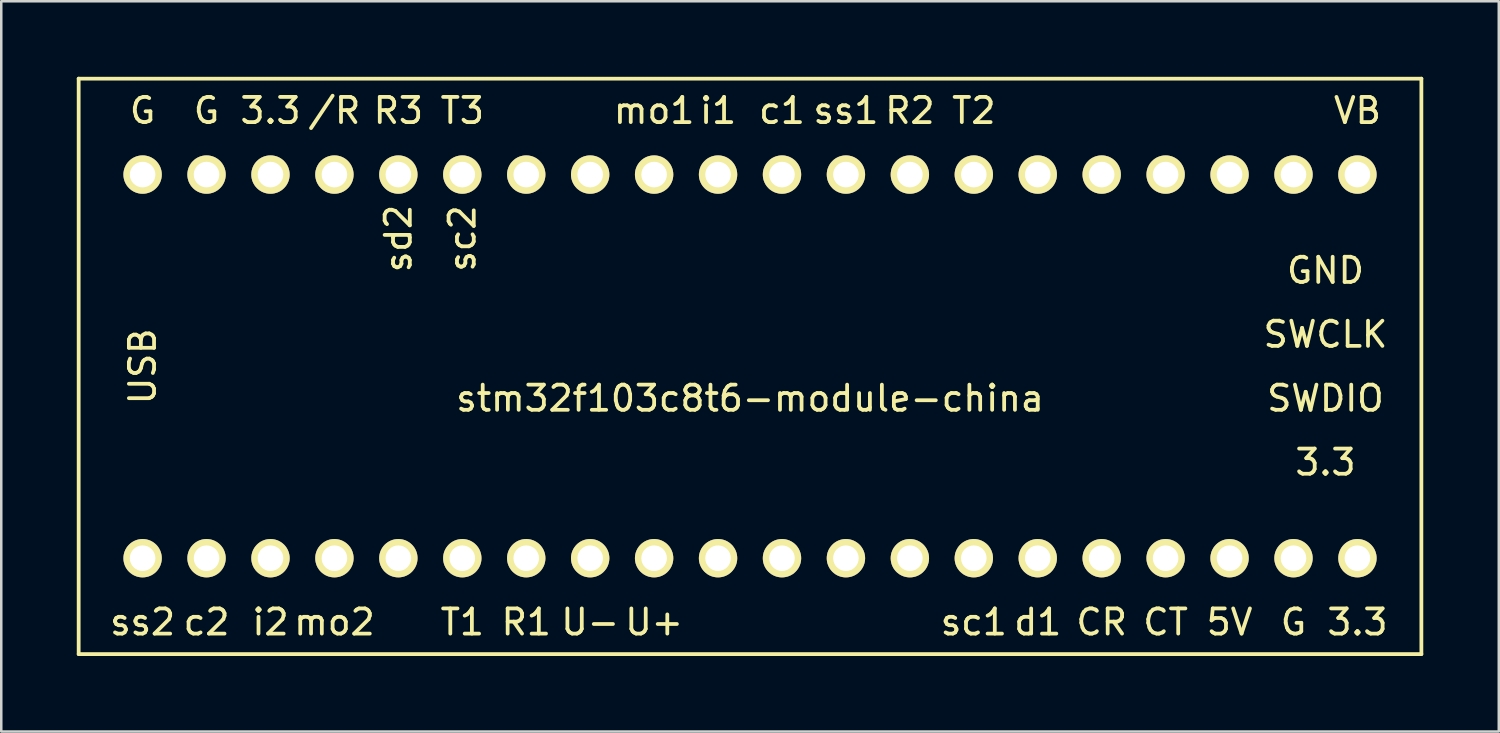
<source format=kicad_pcb>
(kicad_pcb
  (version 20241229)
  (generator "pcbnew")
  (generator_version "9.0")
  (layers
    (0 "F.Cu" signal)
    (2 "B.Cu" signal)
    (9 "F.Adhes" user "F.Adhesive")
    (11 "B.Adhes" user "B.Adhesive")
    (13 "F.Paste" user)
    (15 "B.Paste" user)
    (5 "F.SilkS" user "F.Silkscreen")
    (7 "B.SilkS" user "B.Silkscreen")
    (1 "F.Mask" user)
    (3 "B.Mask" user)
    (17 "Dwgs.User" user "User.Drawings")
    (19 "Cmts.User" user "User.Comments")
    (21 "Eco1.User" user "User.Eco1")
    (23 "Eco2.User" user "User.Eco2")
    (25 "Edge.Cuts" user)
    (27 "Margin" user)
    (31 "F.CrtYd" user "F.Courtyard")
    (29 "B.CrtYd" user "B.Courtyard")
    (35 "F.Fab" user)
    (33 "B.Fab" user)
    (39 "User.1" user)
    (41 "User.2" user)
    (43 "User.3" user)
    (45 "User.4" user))
  (footprint "stm32f103c8t6-module-china"
    (layer "F.Cu")
    (at 26.745 11.505)
    (property "Reference" "stm32f103c8t6-module-china" (at 0 1.27 0) (layer "F.SilkS") (effects (font (size 1 1) (thickness 0.15))))
    (attr through_hole)
    (fp_line (start -26.67 -11.43) (end -26.67 11.43) (stroke (width 0.15) (type solid)) (layer "F.SilkS"))
    (fp_line (start -26.67 11.43) (end 26.67 11.43) (stroke (width 0.15) (type solid)) (layer "F.SilkS"))
    (fp_line (start 26.67 -11.43) (end -26.67 -11.43) (stroke (width 0.15) (type solid)) (layer "F.SilkS"))
    (fp_line (start 26.67 11.43) (end 26.67 -11.43) (stroke (width 0.15) (type solid)) (layer "F.SilkS"))
    (fp_text user "ss1" (at 3.81 -10.16 0) (layer "F.SilkS") (effects (font (size 1 1) (thickness 0.15))))
    (fp_text user "G" (at -21.59 -10.16 0) (layer "F.SilkS") (effects (font (size 1 1) (thickness 0.15))))
    (fp_text user "i2" (at -19.05 10.16 0) (layer "F.SilkS") (effects (font (size 1 1) (thickness 0.15))))
    (fp_text user "VB" (at 24.13 -10.16 0) (layer "F.SilkS") (effects (font (size 1 1) (thickness 0.15))))
    (fp_text user "mo1" (at -3.81 -10.16 0) (layer "F.SilkS") (effects (font (size 1 1) (thickness 0.15))))
    (fp_text user "sd2" (at -13.97 -5.08 90) (layer "F.SilkS") (effects (font (size 1 1) (thickness 0.15))))
    (fp_text user "c1" (at 1.27 -10.16 0) (layer "F.SilkS") (effects (font (size 1 1) (thickness 0.15))))
    (fp_text user "ss2" (at -24.13 10.16 0) (layer "F.SilkS") (effects (font (size 1 1) (thickness 0.15))))
    (fp_text user "3.3" (at -19.05 -10.16 0) (layer "F.SilkS") (effects (font (size 1 1) (thickness 0.15))))
    (fp_text user "mo2" (at -16.51 10.16 0) (layer "F.SilkS") (effects (font (size 1 1) (thickness 0.15))))
    (fp_text user "GND" (at 22.86 -3.81 0) (layer "F.SilkS") (effects (font (size 1 1) (thickness 0.15))))
    (fp_text user "T2" (at 8.89 -10.16 0) (layer "F.SilkS") (effects (font (size 1 1) (thickness 0.15))))
    (fp_text user "3.3" (at 22.86 3.81 0) (layer "F.SilkS") (effects (font (size 1 1) (thickness 0.15))))
    (fp_text user "R2" (at 6.35 -10.16 0) (layer "F.SilkS") (effects (font (size 1 1) (thickness 0.15))))
    (fp_text user "d1" (at 11.43 10.16 0) (layer "F.SilkS") (effects (font (size 1 1) (thickness 0.15))))
    (fp_text user "c2" (at -21.59 10.16 0) (layer "F.SilkS") (effects (font (size 1 1) (thickness 0.15))))
    (fp_text user "R1" (at -8.89 10.16 0) (layer "F.SilkS") (effects (font (size 1 1) (thickness 0.15))))
    (fp_text user "U+" (at -3.81 10.16 0) (layer "F.SilkS") (effects (font (size 1 1) (thickness 0.15))))
    (fp_text user "G" (at -24.13 -10.16 0) (layer "F.SilkS") (effects (font (size 1 1) (thickness 0.15))))
    (fp_text user "SWDIO" (at 22.86 1.27 0) (layer "F.SilkS") (effects (font (size 1 1) (thickness 0.15))))
    (fp_text user "i1" (at -1.27 -10.16 0) (layer "F.SilkS") (effects (font (size 1 1) (thickness 0.15))))
    (fp_text user "sc2" (at -11.43 -5.08 90) (layer "F.SilkS") (effects (font (size 1 1) (thickness 0.15))))
    (fp_text user "CT" (at 16.51 10.16 0) (layer "F.SilkS") (effects (font (size 1 1) (thickness 0.15))))
    (fp_text user "G" (at 21.59 10.16 0) (layer "F.SilkS") (effects (font (size 1 1) (thickness 0.15))))
    (fp_text user "/R" (at -16.51 -10.16 0) (layer "F.SilkS") (effects (font (size 1 1) (thickness 0.15))))
    (fp_text user "SWCLK" (at 22.86 -1.27 0) (layer "F.SilkS") (effects (font (size 1 1) (thickness 0.15))))
    (fp_text user "CR" (at 13.97 10.16 0) (layer "F.SilkS") (effects (font (size 1 1) (thickness 0.15))))
    (fp_text user "5V" (at 19.05 10.16 0) (layer "F.SilkS") (effects (font (size 1 1) (thickness 0.15))))
    (fp_text user "R3" (at -13.97 -10.16 0) (layer "F.SilkS") (effects (font (size 1 1) (thickness 0.15))))
    (fp_text user "3.3" (at 24.13 10.16 0) (layer "F.SilkS") (effects (font (size 1 1) (thickness 0.15))))
    (fp_text user "sc1" (at 8.89 10.16 0) (layer "F.SilkS") (effects (font (size 1 1) (thickness 0.15))))
    (fp_text user "U-" (at -6.35 10.16 0) (layer "F.SilkS") (effects (font (size 1 1) (thickness 0.15))))
    (fp_text user "T3" (at -11.43 -10.16 0) (layer "F.SilkS") (effects (font (size 1 1) (thickness 0.15))))
    (fp_text user "T1" (at -11.43 10.16 0) (layer "F.SilkS") (effects (font (size 1 1) (thickness 0.15))))
    (fp_text user "USB" (at -24.13 0 90) (layer "F.SilkS") (effects (font (size 1 1) (thickness 0.15))))
    (pad "1" thru_hole circle (at -24.13 7.62) (size 1.524 1.524) (drill 1.016) (layers "*.Cu" "*.Mask" "F.SilkS"))
    (pad "2" thru_hole circle (at -21.59 7.62) (size 1.524 1.524) (drill 1.016) (layers "*.Cu" "*.Mask" "F.SilkS"))
    (pad "3" thru_hole circle (at -19.05 7.62) (size 1.524 1.524) (drill 1.016) (layers "*.Cu" "*.Mask" "F.SilkS"))
    (pad "4" thru_hole circle (at -16.51 7.62) (size 1.524 1.524) (drill 1.016) (layers "*.Cu" "*.Mask" "F.SilkS"))
    (pad "5" thru_hole circle (at -13.97 7.62) (size 1.524 1.524) (drill 1.016) (layers "*.Cu" "*.Mask" "F.SilkS"))
    (pad "6" thru_hole circle (at -11.43 7.62) (size 1.524 1.524) (drill 1.016) (layers "*.Cu" "*.Mask" "F.SilkS"))
    (pad "7" thru_hole circle (at -8.89 7.62) (size 1.524 1.524) (drill 1.016) (layers "*.Cu" "*.Mask" "F.SilkS"))
    (pad "8" thru_hole circle (at -6.35 7.62) (size 1.524 1.524) (drill 1.016) (layers "*.Cu" "*.Mask" "F.SilkS"))
    (pad "9" thru_hole circle (at -3.81 7.62) (size 1.524 1.524) (drill 1.016) (layers "*.Cu" "*.Mask" "F.SilkS"))
    (pad "10" thru_hole circle (at -1.27 7.62) (size 1.524 1.524) (drill 1.016) (layers "*.Cu" "*.Mask" "F.SilkS"))
    (pad "11" thru_hole circle (at 1.27 7.62) (size 1.524 1.524) (drill 1.016) (layers "*.Cu" "*.Mask" "F.SilkS"))
    (pad "12" thru_hole circle (at 3.81 7.62) (size 1.524 1.524) (drill 1.016) (layers "*.Cu" "*.Mask" "F.SilkS"))
    (pad "13" thru_hole circle (at 6.35 7.62) (size 1.524 1.524) (drill 1.016) (layers "*.Cu" "*.Mask" "F.SilkS"))
    (pad "14" thru_hole circle (at 8.89 7.62) (size 1.524 1.524) (drill 1.016) (layers "*.Cu" "*.Mask" "F.SilkS"))
    (pad "15" thru_hole circle (at 11.43 7.62) (size 1.524 1.524) (drill 1.016) (layers "*.Cu" "*.Mask" "F.SilkS"))
    (pad "16" thru_hole circle (at 13.97 7.62) (size 1.524 1.524) (drill 1.016) (layers "*.Cu" "*.Mask" "F.SilkS"))
    (pad "17" thru_hole circle (at 16.51 7.62) (size 1.524 1.524) (drill 1.016) (layers "*.Cu" "*.Mask" "F.SilkS"))
    (pad "18" thru_hole circle (at 19.05 7.62) (size 1.524 1.524) (drill 1.016) (layers "*.Cu" "*.Mask" "F.SilkS"))
    (pad "19" thru_hole circle (at 21.59 7.62) (size 1.524 1.524) (drill 1.016) (layers "*.Cu" "*.Mask" "F.SilkS"))
    (pad "20" thru_hole circle (at 24.13 7.62) (size 1.524 1.524) (drill 1.016) (layers "*.Cu" "*.Mask" "F.SilkS"))
    (pad "21" thru_hole circle (at 24.13 -7.62) (size 1.524 1.524) (drill 1.016) (layers "*.Cu" "*.Mask" "F.SilkS"))
    (pad "22" thru_hole circle (at 21.59 -7.62) (size 1.524 1.524) (drill 1.016) (layers "*.Cu" "*.Mask" "F.SilkS"))
    (pad "23" thru_hole circle (at 19.05 -7.62) (size 1.524 1.524) (drill 1.016) (layers "*.Cu" "*.Mask" "F.SilkS"))
    (pad "24" thru_hole circle (at 16.51 -7.62) (size 1.524 1.524) (drill 1.016) (layers "*.Cu" "*.Mask" "F.SilkS"))
    (pad "25" thru_hole circle (at 13.97 -7.62) (size 1.524 1.524) (drill 1.016) (layers "*.Cu" "*.Mask" "F.SilkS"))
    (pad "26" thru_hole circle (at 11.43 -7.62) (size 1.524 1.524) (drill 1.016) (layers "*.Cu" "*.Mask" "F.SilkS"))
    (pad "27" thru_hole circle (at 8.89 -7.62) (size 1.524 1.524) (drill 1.016) (layers "*.Cu" "*.Mask" "F.SilkS"))
    (pad "28" thru_hole circle (at 6.35 -7.62) (size 1.524 1.524) (drill 1.016) (layers "*.Cu" "*.Mask" "F.SilkS"))
    (pad "29" thru_hole circle (at 3.81 -7.62) (size 1.524 1.524) (drill 1.016) (layers "*.Cu" "*.Mask" "F.SilkS"))
    (pad "30" thru_hole circle (at 1.27 -7.62) (size 1.524 1.524) (drill 1.016) (layers "*.Cu" "*.Mask" "F.SilkS"))
    (pad "31" thru_hole circle (at -1.27 -7.62) (size 1.524 1.524) (drill 1.016) (layers "*.Cu" "*.Mask" "F.SilkS"))
    (pad "32" thru_hole circle (at -3.81 -7.62) (size 1.524 1.524) (drill 1.016) (layers "*.Cu" "*.Mask" "F.SilkS"))
    (pad "33" thru_hole circle (at -6.35 -7.62) (size 1.524 1.524) (drill 1.016) (layers "*.Cu" "*.Mask" "F.SilkS"))
    (pad "34" thru_hole circle (at -8.89 -7.62) (size 1.524 1.524) (drill 1.016) (layers "*.Cu" "*.Mask" "F.SilkS"))
    (pad "35" thru_hole circle (at -11.43 -7.62) (size 1.524 1.524) (drill 1.016) (layers "*.Cu" "*.Mask" "F.SilkS"))
    (pad "36" thru_hole circle (at -13.97 -7.62) (size 1.524 1.524) (drill 1.016) (layers "*.Cu" "*.Mask" "F.SilkS"))
    (pad "37" thru_hole circle (at -16.51 -7.62) (size 1.524 1.524) (drill 1.016) (layers "*.Cu" "*.Mask" "F.SilkS"))
    (pad "38" thru_hole circle (at -19.05 -7.62) (size 1.524 1.524) (drill 1.016) (layers "*.Cu" "*.Mask" "F.SilkS"))
    (pad "39" thru_hole circle (at -21.59 -7.62) (size 1.524 1.524) (drill 1.016) (layers "*.Cu" "*.Mask" "F.SilkS"))
    (pad "40" thru_hole circle (at -24.13 -7.62) (size 1.524 1.524) (drill 1.016) (layers "*.Cu" "*.Mask" "F.SilkS")))
  (gr_rect
    (start -3 -3)
    (end 56.49 26.01)
    (stroke (width 0.1) (type default))
    (fill no)
    (layer "Edge.Cuts")))
</source>
